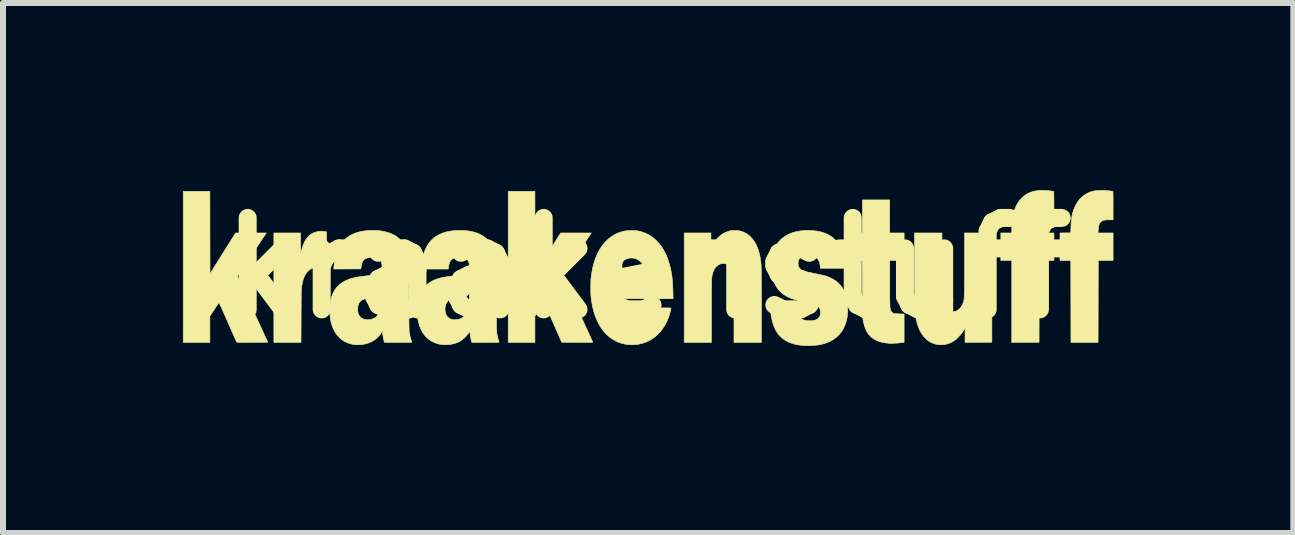
<source format=kicad_pcb>
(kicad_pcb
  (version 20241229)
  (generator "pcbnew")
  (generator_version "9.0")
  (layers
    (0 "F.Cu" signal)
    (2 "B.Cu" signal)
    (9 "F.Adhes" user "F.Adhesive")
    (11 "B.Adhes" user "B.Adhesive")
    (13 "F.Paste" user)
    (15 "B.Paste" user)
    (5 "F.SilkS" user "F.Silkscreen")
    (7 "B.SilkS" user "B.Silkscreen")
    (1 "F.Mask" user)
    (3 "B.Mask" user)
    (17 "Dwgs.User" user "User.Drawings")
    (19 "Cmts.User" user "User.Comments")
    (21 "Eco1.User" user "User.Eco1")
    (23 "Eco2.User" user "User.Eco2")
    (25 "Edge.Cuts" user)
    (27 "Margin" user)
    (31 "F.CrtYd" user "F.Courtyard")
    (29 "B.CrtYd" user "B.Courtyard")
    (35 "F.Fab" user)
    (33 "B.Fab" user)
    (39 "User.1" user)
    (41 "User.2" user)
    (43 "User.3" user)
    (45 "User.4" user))
  (footprint "kraakenstuff"
    (layer "F.Cu")
    (at 7.756 1.418)
    (property "Reference" "kraakenstuff" (at 0 0 0) (layer "F.SilkS") (effects (font (size 1.524 1.524) (thickness 0.3))))
    (attr through_hole)
    (fp_poly (pts (xy 6.622 -1.293) (xy 6.697 -1.286) (xy 6.712 -1.284) (xy 6.731 -1.282) (xy 6.747 -1.28) (xy 6.758 -1.279) (xy 6.761 -1.278) (xy 6.762 -1.274) (xy 6.763 -1.263) (xy 6.763 -1.244) (xy 6.764 -1.219) (xy 6.764 -1.188) (xy 6.764 -1.153) (xy 6.765 -1.114) (xy 6.765 -1.072) (xy 6.765 -1.041) (xy 6.765 -0.804) (xy 6.706 -0.804) (xy 6.671 -0.804) (xy 6.643 -0.802) (xy 6.62 -0.798) (xy 6.601 -0.793) (xy 6.584 -0.785) (xy 6.578 -0.781) (xy 6.557 -0.765) (xy 6.541 -0.745) (xy 6.53 -0.718) (xy 6.523 -0.686) (xy 6.52 -0.647) (xy 6.519 -0.632) (xy 6.519 -0.584) (xy 6.765 -0.584) (xy 6.765 -0.127) (xy 6.519 -0.127) (xy 6.518 0.556) (xy 6.517 1.238) (xy 6.29 1.239) (xy 6.062 1.24) (xy 6.062 -0.127) (xy 5.88 -0.127) (xy 5.88 -0.584) (xy 6.062 -0.584) (xy 6.062 -0.653) (xy 6.065 -0.741) (xy 6.074 -0.823) (xy 6.088 -0.899) (xy 6.108 -0.968) (xy 6.134 -1.032) (xy 6.166 -1.089) (xy 6.204 -1.14) (xy 6.242 -1.18) (xy 6.283 -1.214) (xy 6.328 -1.242) (xy 6.377 -1.263) (xy 6.431 -1.279) (xy 6.489 -1.29) (xy 6.553 -1.294) (xy 6.622 -1.293)) (stroke (width 0.01) (type solid)) (fill yes) (layer "F.SilkS"))
    (fp_poly (pts (xy -7.306 -0.591) (xy -7.305 0.097) (xy -7.091 -0.244) (xy -6.878 -0.584) (xy -6.367 -0.584) (xy -6.521 -0.352) (xy -6.55 -0.308) (xy -6.581 -0.262) (xy -6.612 -0.215) (xy -6.642 -0.169) (xy -6.672 -0.125) (xy -6.699 -0.084) (xy -6.724 -0.047) (xy -6.745 -0.014) (xy -6.76 0.008) (xy -6.846 0.136) (xy -6.342 1.238) (xy -6.599 1.239) (xy -6.653 1.24) (xy -6.698 1.24) (xy -6.737 1.24) (xy -6.769 1.24) (xy -6.795 1.239) (xy -6.815 1.239) (xy -6.831 1.239) (xy -6.843 1.238) (xy -6.851 1.237) (xy -6.857 1.236) (xy -6.86 1.235) (xy -6.861 1.234) (xy -6.863 1.229) (xy -6.868 1.217) (xy -6.877 1.199) (xy -6.888 1.174) (xy -6.901 1.144) (xy -6.917 1.109) (xy -6.934 1.07) (xy -6.953 1.027) (xy -6.973 0.981) (xy -6.994 0.933) (xy -7.009 0.9) (xy -7.036 0.837) (xy -7.061 0.782) (xy -7.082 0.734) (xy -7.1 0.693) (xy -7.116 0.658) (xy -7.129 0.631) (xy -7.139 0.609) (xy -7.147 0.593) (xy -7.152 0.583) (xy -7.156 0.578) (xy -7.157 0.577) (xy -7.16 0.582) (xy -7.167 0.593) (xy -7.178 0.609) (xy -7.192 0.629) (xy -7.208 0.653) (xy -7.226 0.68) (xy -7.234 0.692) (xy -7.307 0.803) (xy -7.307 1.24) (xy -7.751 1.24) (xy -7.751 -1.278) (xy -7.307 -1.278) (xy -7.306 -0.591)) (stroke (width 0.01) (type solid)) (fill yes) (layer "F.SilkS"))
    (fp_poly (pts (xy 7.601 -1.292) (xy 7.637 -1.29) (xy 7.671 -1.288) (xy 7.694 -1.285) (xy 7.714 -1.283) (xy 7.731 -1.28) (xy 7.743 -1.279) (xy 7.748 -1.278) (xy 7.748 -1.278) (xy 7.749 -1.274) (xy 7.749 -1.263) (xy 7.75 -1.244) (xy 7.75 -1.219) (xy 7.751 -1.188) (xy 7.751 -1.153) (xy 7.751 -1.114) (xy 7.751 -1.072) (xy 7.751 -1.041) (xy 7.751 -0.804) (xy 7.689 -0.804) (xy 7.649 -0.803) (xy 7.616 -0.8) (xy 7.589 -0.794) (xy 7.567 -0.785) (xy 7.55 -0.773) (xy 7.535 -0.757) (xy 7.528 -0.746) (xy 7.52 -0.73) (xy 7.514 -0.714) (xy 7.509 -0.695) (xy 7.506 -0.672) (xy 7.504 -0.643) (xy 7.503 -0.633) (xy 7.5 -0.584) (xy 7.751 -0.584) (xy 7.751 -0.127) (xy 7.504 -0.125) (xy 7.501 1.24) (xy 7.049 1.24) (xy 7.046 -0.125) (xy 6.956 -0.126) (xy 6.866 -0.127) (xy 6.866 -0.584) (xy 6.956 -0.585) (xy 7.046 -0.586) (xy 7.049 -0.686) (xy 7.052 -0.754) (xy 7.058 -0.816) (xy 7.067 -0.872) (xy 7.079 -0.924) (xy 7.095 -0.973) (xy 7.115 -1.02) (xy 7.129 -1.049) (xy 7.16 -1.103) (xy 7.197 -1.15) (xy 7.238 -1.19) (xy 7.279 -1.22) (xy 7.317 -1.243) (xy 7.355 -1.261) (xy 7.396 -1.275) (xy 7.441 -1.286) (xy 7.442 -1.286) (xy 7.464 -1.289) (xy 7.493 -1.291) (xy 7.527 -1.292) (xy 7.563 -1.293) (xy 7.601 -1.292)) (stroke (width 0.01) (type solid)) (fill yes) (layer "F.SilkS"))
    (fp_poly (pts (xy -5.426 -0.612) (xy -5.415 -0.611) (xy -5.396 -0.608) (xy -5.38 -0.606) (xy -5.368 -0.604) (xy -5.364 -0.603) (xy -5.363 -0.598) (xy -5.362 -0.585) (xy -5.361 -0.564) (xy -5.361 -0.535) (xy -5.36 -0.499) (xy -5.36 -0.455) (xy -5.36 -0.404) (xy -5.359 -0.345) (xy -5.359 -0.312) (xy -5.359 -0.022) (xy -5.445 -0.02) (xy -5.49 -0.018) (xy -5.528 -0.015) (xy -5.559 -0.01) (xy -5.586 -0.002) (xy -5.61 0.007) (xy -5.632 0.02) (xy -5.653 0.036) (xy -5.673 0.055) (xy -5.698 0.084) (xy -5.72 0.117) (xy -5.738 0.156) (xy -5.754 0.2) (xy -5.766 0.251) (xy -5.775 0.298) (xy -5.777 0.308) (xy -5.778 0.317) (xy -5.779 0.326) (xy -5.78 0.336) (xy -5.781 0.348) (xy -5.782 0.362) (xy -5.782 0.378) (xy -5.783 0.398) (xy -5.783 0.421) (xy -5.784 0.448) (xy -5.784 0.48) (xy -5.784 0.517) (xy -5.785 0.56) (xy -5.785 0.61) (xy -5.785 0.666) (xy -5.786 0.729) (xy -5.786 0.797) (xy -5.788 1.24) (xy -6.24 1.24) (xy -6.24 -0.584) (xy -5.795 -0.584) (xy -5.795 -0.41) (xy -5.795 -0.235) (xy -5.785 -0.276) (xy -5.766 -0.343) (xy -5.744 -0.402) (xy -5.719 -0.454) (xy -5.689 -0.498) (xy -5.656 -0.535) (xy -5.619 -0.564) (xy -5.577 -0.587) (xy -5.532 -0.602) (xy -5.505 -0.608) (xy -5.484 -0.611) (xy -5.466 -0.613) (xy -5.448 -0.613) (xy -5.426 -0.612)) (stroke (width 0.01) (type solid)) (fill yes) (layer "F.SilkS"))
    (fp_poly (pts (xy -1.887 -0.591) (xy -1.886 0.097) (xy -1.672 -0.243) (xy -1.459 -0.584) (xy -0.948 -0.584) (xy -0.971 -0.549) (xy -0.977 -0.54) (xy -0.987 -0.525) (xy -1.001 -0.504) (xy -1.018 -0.477) (xy -1.039 -0.446) (xy -1.063 -0.411) (xy -1.089 -0.372) (xy -1.117 -0.329) (xy -1.147 -0.285) (xy -1.178 -0.238) (xy -1.21 -0.19) (xy -1.21 -0.189) (xy -1.426 0.135) (xy -1.416 0.158) (xy -1.413 0.164) (xy -1.407 0.178) (xy -1.398 0.198) (xy -1.386 0.225) (xy -1.371 0.258) (xy -1.353 0.296) (xy -1.334 0.339) (xy -1.312 0.386) (xy -1.289 0.437) (xy -1.264 0.492) (xy -1.237 0.55) (xy -1.21 0.61) (xy -1.181 0.673) (xy -1.166 0.705) (xy -1.138 0.768) (xy -1.11 0.829) (xy -1.083 0.887) (xy -1.058 0.943) (xy -1.034 0.995) (xy -1.012 1.043) (xy -0.992 1.087) (xy -0.974 1.126) (xy -0.959 1.159) (xy -0.946 1.188) (xy -0.936 1.21) (xy -0.929 1.225) (xy -0.925 1.234) (xy -0.924 1.235) (xy -0.925 1.236) (xy -0.93 1.237) (xy -0.938 1.238) (xy -0.951 1.239) (xy -0.969 1.239) (xy -0.993 1.239) (xy -1.023 1.24) (xy -1.059 1.24) (xy -1.102 1.24) (xy -1.154 1.239) (xy -1.182 1.239) (xy -1.441 1.238) (xy -1.586 0.908) (xy -1.608 0.858) (xy -1.629 0.81) (xy -1.649 0.765) (xy -1.667 0.724) (xy -1.684 0.686) (xy -1.698 0.653) (xy -1.711 0.625) (xy -1.72 0.602) (xy -1.727 0.586) (xy -1.732 0.576) (xy -1.733 0.574) (xy -1.735 0.577) (xy -1.742 0.585) (xy -1.752 0.6) (xy -1.765 0.619) (xy -1.781 0.642) (xy -1.798 0.668) (xy -1.811 0.687) (xy -1.888 0.804) (xy -1.888 1.24) (xy -2.333 1.24) (xy -2.333 -1.278) (xy -1.888 -1.278) (xy -1.887 -0.591)) (stroke (width 0.01) (type solid)) (fill yes) (layer "F.SilkS"))
    (fp_poly (pts (xy 4.026 -0.584) (xy 4.267 -0.584) (xy 4.267 -0.127) (xy 4.148 -0.126) (xy 4.028 -0.125) (xy 4.028 0.26) (xy 4.028 0.329) (xy 4.028 0.39) (xy 4.028 0.444) (xy 4.028 0.49) (xy 4.029 0.531) (xy 4.029 0.565) (xy 4.03 0.594) (xy 4.03 0.619) (xy 4.031 0.639) (xy 4.032 0.656) (xy 4.034 0.67) (xy 4.035 0.681) (xy 4.037 0.691) (xy 4.04 0.698) (xy 4.042 0.705) (xy 4.045 0.711) (xy 4.047 0.716) (xy 4.061 0.735) (xy 4.081 0.75) (xy 4.098 0.758) (xy 4.108 0.76) (xy 4.125 0.762) (xy 4.148 0.763) (xy 4.176 0.765) (xy 4.19 0.765) (xy 4.267 0.767) (xy 4.267 1.239) (xy 4.213 1.246) (xy 4.188 1.249) (xy 4.159 1.251) (xy 4.127 1.253) (xy 4.095 1.255) (xy 4.065 1.255) (xy 4.039 1.256) (xy 4.018 1.255) (xy 4.013 1.255) (xy 3.952 1.248) (xy 3.897 1.238) (xy 3.849 1.225) (xy 3.806 1.208) (xy 3.768 1.187) (xy 3.733 1.163) (xy 3.709 1.141) (xy 3.686 1.118) (xy 3.667 1.095) (xy 3.651 1.069) (xy 3.637 1.044) (xy 3.617 0.997) (xy 3.6 0.944) (xy 3.587 0.884) (xy 3.585 0.876) (xy 3.584 0.868) (xy 3.582 0.86) (xy 3.581 0.852) (xy 3.58 0.843) (xy 3.579 0.834) (xy 3.578 0.822) (xy 3.578 0.809) (xy 3.577 0.792) (xy 3.576 0.773) (xy 3.576 0.75) (xy 3.575 0.722) (xy 3.575 0.69) (xy 3.575 0.653) (xy 3.574 0.61) (xy 3.574 0.56) (xy 3.574 0.504) (xy 3.574 0.44) (xy 3.573 0.369) (xy 3.573 0.349) (xy 3.571 -0.125) (xy 3.481 -0.126) (xy 3.391 -0.127) (xy 3.391 -0.584) (xy 3.481 -0.585) (xy 3.571 -0.586) (xy 3.572 -0.86) (xy 3.573 -1.135) (xy 4.026 -1.135) (xy 4.026 -0.584)) (stroke (width 0.01) (type solid)) (fill yes) (layer "F.SilkS"))
    (fp_poly (pts (xy 1.471 -0.624) (xy 1.492 -0.623) (xy 1.509 -0.622) (xy 1.524 -0.619) (xy 1.538 -0.616) (xy 1.543 -0.615) (xy 1.596 -0.596) (xy 1.645 -0.569) (xy 1.69 -0.536) (xy 1.73 -0.495) (xy 1.766 -0.448) (xy 1.798 -0.393) (xy 1.825 -0.332) (xy 1.847 -0.265) (xy 1.864 -0.191) (xy 1.877 -0.111) (xy 1.884 -0.042) (xy 1.884 -0.03) (xy 1.885 -0.01) (xy 1.885 0.017) (xy 1.886 0.052) (xy 1.886 0.094) (xy 1.887 0.143) (xy 1.887 0.197) (xy 1.887 0.257) (xy 1.888 0.322) (xy 1.888 0.392) (xy 1.888 0.467) (xy 1.888 0.545) (xy 1.888 0.627) (xy 1.888 0.628) (xy 1.888 1.24) (xy 1.431 1.24) (xy 1.431 0.692) (xy 1.431 0.61) (xy 1.431 0.537) (xy 1.431 0.471) (xy 1.431 0.412) (xy 1.43 0.36) (xy 1.43 0.314) (xy 1.43 0.274) (xy 1.43 0.239) (xy 1.429 0.21) (xy 1.429 0.184) (xy 1.428 0.163) (xy 1.428 0.146) (xy 1.427 0.131) (xy 1.426 0.12) (xy 1.426 0.111) (xy 1.425 0.103) (xy 1.425 0.103) (xy 1.416 0.058) (xy 1.404 0.021) (xy 1.389 -0.009) (xy 1.37 -0.033) (xy 1.347 -0.052) (xy 1.328 -0.062) (xy 1.314 -0.068) (xy 1.302 -0.071) (xy 1.288 -0.073) (xy 1.27 -0.074) (xy 1.262 -0.074) (xy 1.236 -0.073) (xy 1.217 -0.071) (xy 1.201 -0.066) (xy 1.2 -0.066) (xy 1.165 -0.048) (xy 1.135 -0.023) (xy 1.109 0.008) (xy 1.089 0.046) (xy 1.074 0.091) (xy 1.063 0.143) (xy 1.058 0.188) (xy 1.058 0.2) (xy 1.057 0.219) (xy 1.057 0.246) (xy 1.056 0.279) (xy 1.056 0.318) (xy 1.056 0.363) (xy 1.055 0.412) (xy 1.055 0.466) (xy 1.055 0.524) (xy 1.054 0.584) (xy 1.054 0.647) (xy 1.054 0.712) (xy 1.054 0.742) (xy 1.054 1.24) (xy 0.601 1.24) (xy 0.601 -0.584) (xy 1.046 -0.584) (xy 1.046 -0.465) (xy 1.046 -0.345) (xy 1.06 -0.368) (xy 1.093 -0.419) (xy 1.13 -0.467) (xy 1.162 -0.502) (xy 1.2 -0.537) (xy 1.237 -0.565) (xy 1.277 -0.588) (xy 1.319 -0.605) (xy 1.341 -0.612) (xy 1.356 -0.617) (xy 1.37 -0.62) (xy 1.384 -0.622) (xy 1.4 -0.623) (xy 1.421 -0.624) (xy 1.444 -0.624) (xy 1.471 -0.624)) (stroke (width 0.01) (type solid)) (fill yes) (layer "F.SilkS"))
    (fp_poly (pts (xy 5.731 0.327) (xy 5.73 1.238) (xy 5.507 1.239) (xy 5.283 1.24) (xy 5.283 1.001) (xy 5.269 1.024) (xy 5.244 1.063) (xy 5.216 1.101) (xy 5.186 1.136) (xy 5.156 1.168) (xy 5.127 1.195) (xy 5.106 1.21) (xy 5.055 1.24) (xy 5.002 1.262) (xy 4.948 1.275) (xy 4.891 1.28) (xy 4.841 1.278) (xy 4.787 1.268) (xy 4.736 1.251) (xy 4.689 1.226) (xy 4.645 1.194) (xy 4.605 1.154) (xy 4.569 1.108) (xy 4.537 1.056) (xy 4.51 0.997) (xy 4.487 0.932) (xy 4.469 0.86) (xy 4.456 0.79) (xy 4.454 0.775) (xy 4.452 0.758) (xy 4.45 0.741) (xy 4.449 0.721) (xy 4.448 0.699) (xy 4.446 0.674) (xy 4.445 0.646) (xy 4.444 0.614) (xy 4.444 0.578) (xy 4.443 0.537) (xy 4.442 0.492) (xy 4.442 0.441) (xy 4.442 0.384) (xy 4.441 0.321) (xy 4.441 0.251) (xy 4.441 0.173) (xy 4.441 0.089) (xy 4.441 -0.003) (xy 4.441 -0.584) (xy 4.898 -0.584) (xy 4.898 -0.056) (xy 4.898 0.029) (xy 4.898 0.107) (xy 4.898 0.18) (xy 4.899 0.247) (xy 4.899 0.307) (xy 4.899 0.361) (xy 4.9 0.407) (xy 4.9 0.446) (xy 4.901 0.478) (xy 4.901 0.501) (xy 4.902 0.517) (xy 4.902 0.521) (xy 4.909 0.569) (xy 4.918 0.61) (xy 4.931 0.644) (xy 4.948 0.672) (xy 4.969 0.694) (xy 4.994 0.712) (xy 4.999 0.714) (xy 5.01 0.72) (xy 5.021 0.723) (xy 5.032 0.725) (xy 5.047 0.726) (xy 5.068 0.726) (xy 5.069 0.726) (xy 5.092 0.726) (xy 5.109 0.725) (xy 5.122 0.722) (xy 5.135 0.718) (xy 5.141 0.716) (xy 5.168 0.701) (xy 5.194 0.678) (xy 5.217 0.65) (xy 5.237 0.617) (xy 5.253 0.58) (xy 5.255 0.571) (xy 5.258 0.562) (xy 5.261 0.553) (xy 5.263 0.544) (xy 5.265 0.533) (xy 5.266 0.522) (xy 5.268 0.508) (xy 5.269 0.493) (xy 5.27 0.474) (xy 5.271 0.453) (xy 5.272 0.428) (xy 5.273 0.399) (xy 5.273 0.365) (xy 5.274 0.326) (xy 5.274 0.282) (xy 5.274 0.231) (xy 5.274 0.174) (xy 5.275 0.111) (xy 5.275 0.039) (xy 5.275 -0.04) (xy 5.275 -0.062) (xy 5.275 -0.584) (xy 5.503 -0.584) (xy 5.732 -0.584) (xy 5.731 0.327)) (stroke (width 0.01) (type solid)) (fill yes) (layer "F.SilkS"))
    (fp_poly (pts (xy -0.233 -0.624) (xy -0.203 -0.622) (xy -0.178 -0.619) (xy -0.174 -0.619) (xy -0.106 -0.603) (xy -0.043 -0.58) (xy 0.016 -0.55) (xy 0.072 -0.513) (xy 0.125 -0.468) (xy 0.14 -0.453) (xy 0.187 -0.401) (xy 0.23 -0.345) (xy 0.267 -0.283) (xy 0.301 -0.215) (xy 0.33 -0.141) (xy 0.355 -0.061) (xy 0.362 -0.036) (xy 0.375 0.017) (xy 0.386 0.072) (xy 0.395 0.13) (xy 0.402 0.192) (xy 0.407 0.259) (xy 0.411 0.332) (xy 0.413 0.397) (xy 0.416 0.512) (xy -0.526 0.512) (xy -0.523 0.53) (xy -0.518 0.554) (xy -0.511 0.583) (xy -0.502 0.613) (xy -0.493 0.64) (xy -0.486 0.659) (xy -0.465 0.701) (xy -0.439 0.738) (xy -0.41 0.768) (xy -0.377 0.793) (xy -0.341 0.81) (xy -0.314 0.817) (xy -0.268 0.822) (xy -0.225 0.818) (xy -0.184 0.807) (xy -0.146 0.788) (xy -0.112 0.763) (xy -0.083 0.73) (xy -0.058 0.692) (xy -0.056 0.687) (xy -0.045 0.665) (xy 0.168 0.665) (xy 0.218 0.665) (xy 0.26 0.665) (xy 0.295 0.665) (xy 0.323 0.665) (xy 0.344 0.666) (xy 0.36 0.667) (xy 0.371 0.667) (xy 0.378 0.668) (xy 0.381 0.67) (xy 0.381 0.67) (xy 0.38 0.681) (xy 0.376 0.698) (xy 0.371 0.72) (xy 0.364 0.745) (xy 0.357 0.771) (xy 0.349 0.796) (xy 0.345 0.808) (xy 0.316 0.882) (xy 0.281 0.95) (xy 0.241 1.013) (xy 0.196 1.07) (xy 0.146 1.12) (xy 0.092 1.164) (xy 0.034 1.202) (xy -0.028 1.232) (xy -0.093 1.255) (xy -0.161 1.271) (xy -0.232 1.279) (xy -0.304 1.279) (xy -0.318 1.278) (xy -0.388 1.269) (xy -0.456 1.252) (xy -0.52 1.228) (xy -0.58 1.196) (xy -0.637 1.158) (xy -0.689 1.112) (xy -0.738 1.06) (xy -0.782 1.001) (xy -0.821 0.937) (xy -0.856 0.866) (xy -0.887 0.789) (xy -0.912 0.707) (xy -0.932 0.619) (xy -0.947 0.526) (xy -0.953 0.474) (xy -0.955 0.448) (xy -0.956 0.415) (xy -0.957 0.377) (xy -0.957 0.337) (xy -0.957 0.296) (xy -0.956 0.257) (xy -0.955 0.221) (xy -0.954 0.19) (xy -0.953 0.178) (xy -0.947 0.131) (xy -0.526 0.131) (xy -0.277 0.13) (xy -0.028 0.129) (xy -0.029 0.116) (xy -0.031 0.1) (xy -0.036 0.078) (xy -0.043 0.054) (xy -0.05 0.029) (xy -0.057 0.008) (xy -0.059 0.002) (xy -0.081 -0.044) (xy -0.107 -0.083) (xy -0.137 -0.114) (xy -0.17 -0.139) (xy -0.207 -0.156) (xy -0.247 -0.165) (xy -0.29 -0.167) (xy -0.308 -0.165) (xy -0.348 -0.156) (xy -0.383 -0.142) (xy -0.415 -0.12) (xy -0.442 -0.091) (xy -0.466 -0.055) (xy -0.478 -0.032) (xy -0.494 0.004) (xy -0.507 0.044) (xy -0.518 0.087) (xy -0.523 0.113) (xy -0.526 0.131) (xy -0.947 0.131) (xy -0.941 0.082) (xy -0.923 -0.009) (xy -0.901 -0.095) (xy -0.873 -0.175) (xy -0.84 -0.249) (xy -0.803 -0.318) (xy -0.76 -0.38) (xy -0.713 -0.436) (xy -0.661 -0.486) (xy -0.606 -0.528) (xy -0.545 -0.564) (xy -0.539 -0.567) (xy -0.5 -0.584) (xy -0.456 -0.599) (xy -0.411 -0.612) (xy -0.387 -0.617) (xy -0.364 -0.62) (xy -0.334 -0.622) (xy -0.301 -0.624) (xy -0.267 -0.624) (xy -0.233 -0.624)) (stroke (width 0.01) (type solid)) (fill yes) (layer "F.SilkS"))
    (fp_poly (pts (xy 2.748 -0.623) (xy 2.824 -0.614) (xy 2.894 -0.598) (xy 2.958 -0.576) (xy 3.016 -0.548) (xy 3.069 -0.514) (xy 3.116 -0.473) (xy 3.158 -0.426) (xy 3.193 -0.373) (xy 3.224 -0.313) (xy 3.249 -0.247) (xy 3.268 -0.174) (xy 3.281 -0.095) (xy 3.285 -0.067) (xy 3.287 -0.047) (xy 3.288 -0.029) (xy 3.289 -0.015) (xy 3.289 -0.011) (xy 3.289 0.004) (xy 2.871 0.004) (xy 2.869 -0.029) (xy 2.863 -0.07) (xy 2.852 -0.105) (xy 2.837 -0.135) (xy 2.817 -0.161) (xy 2.793 -0.182) (xy 2.765 -0.197) (xy 2.731 -0.206) (xy 2.691 -0.211) (xy 2.664 -0.212) (xy 2.621 -0.209) (xy 2.585 -0.201) (xy 2.555 -0.188) (xy 2.532 -0.17) (xy 2.515 -0.146) (xy 2.504 -0.116) (xy 2.502 -0.107) (xy 2.499 -0.07) (xy 2.503 -0.037) (xy 2.515 -0.008) (xy 2.535 0.017) (xy 2.561 0.037) (xy 2.589 0.051) (xy 2.599 0.054) (xy 2.616 0.058) (xy 2.639 0.063) (xy 2.667 0.069) (xy 2.699 0.076) (xy 2.733 0.083) (xy 2.77 0.091) (xy 2.77 0.091) (xy 2.808 0.099) (xy 2.844 0.106) (xy 2.878 0.114) (xy 2.909 0.12) (xy 2.935 0.127) (xy 2.955 0.132) (xy 2.967 0.135) (xy 3.031 0.16) (xy 3.089 0.19) (xy 3.14 0.225) (xy 3.185 0.265) (xy 3.224 0.311) (xy 3.256 0.362) (xy 3.282 0.419) (xy 3.302 0.482) (xy 3.316 0.55) (xy 3.324 0.625) (xy 3.326 0.654) (xy 3.326 0.734) (xy 3.319 0.81) (xy 3.305 0.881) (xy 3.283 0.948) (xy 3.26 1.001) (xy 3.227 1.057) (xy 3.188 1.106) (xy 3.143 1.15) (xy 3.091 1.189) (xy 3.035 1.222) (xy 2.972 1.248) (xy 2.904 1.269) (xy 2.831 1.284) (xy 2.753 1.292) (xy 2.67 1.295) (xy 2.667 1.295) (xy 2.644 1.294) (xy 2.624 1.294) (xy 2.607 1.293) (xy 2.596 1.293) (xy 2.595 1.293) (xy 2.55 1.288) (xy 2.512 1.283) (xy 2.478 1.277) (xy 2.447 1.271) (xy 2.418 1.263) (xy 2.396 1.256) (xy 2.337 1.234) (xy 2.283 1.204) (xy 2.234 1.169) (xy 2.191 1.128) (xy 2.158 1.088) (xy 2.13 1.042) (xy 2.105 0.99) (xy 2.083 0.931) (xy 2.066 0.868) (xy 2.052 0.801) (xy 2.045 0.745) (xy 2.043 0.724) (xy 2.041 0.704) (xy 2.039 0.687) (xy 2.038 0.681) (xy 2.036 0.66) (xy 2.48 0.66) (xy 2.483 0.687) (xy 2.49 0.73) (xy 2.501 0.769) (xy 2.516 0.802) (xy 2.534 0.83) (xy 2.536 0.832) (xy 2.551 0.844) (xy 2.571 0.856) (xy 2.595 0.867) (xy 2.619 0.875) (xy 2.624 0.876) (xy 2.642 0.878) (xy 2.666 0.88) (xy 2.692 0.88) (xy 2.719 0.88) (xy 2.742 0.878) (xy 2.76 0.876) (xy 2.761 0.876) (xy 2.796 0.865) (xy 2.825 0.848) (xy 2.848 0.827) (xy 2.863 0.8) (xy 2.872 0.769) (xy 2.873 0.734) (xy 2.87 0.711) (xy 2.862 0.681) (xy 2.847 0.656) (xy 2.826 0.635) (xy 2.814 0.626) (xy 2.8 0.618) (xy 2.785 0.611) (xy 2.766 0.603) (xy 2.744 0.596) (xy 2.717 0.588) (xy 2.685 0.58) (xy 2.646 0.571) (xy 2.6 0.561) (xy 2.591 0.559) (xy 2.539 0.548) (xy 2.495 0.538) (xy 2.457 0.528) (xy 2.424 0.519) (xy 2.396 0.511) (xy 2.371 0.501) (xy 2.348 0.492) (xy 2.326 0.481) (xy 2.304 0.469) (xy 2.297 0.465) (xy 2.245 0.43) (xy 2.2 0.391) (xy 2.161 0.346) (xy 2.128 0.296) (xy 2.101 0.241) (xy 2.08 0.179) (xy 2.066 0.123) (xy 2.062 0.099) (xy 2.058 0.073) (xy 2.056 0.042) (xy 2.055 0.005) (xy 2.054 -0.003) (xy 2.054 -0.048) (xy 2.055 -0.087) (xy 2.057 -0.123) (xy 2.062 -0.159) (xy 2.068 -0.196) (xy 2.07 -0.205) (xy 2.088 -0.271) (xy 2.112 -0.332) (xy 2.142 -0.388) (xy 2.178 -0.438) (xy 2.221 -0.482) (xy 2.269 -0.521) (xy 2.322 -0.553) (xy 2.337 -0.561) (xy 2.401 -0.587) (xy 2.47 -0.606) (xy 2.543 -0.619) (xy 2.621 -0.626) (xy 2.667 -0.626) (xy 2.748 -0.623)) (stroke (width 0.01) (type solid)) (fill yes) (layer "F.SilkS"))
    (fp_poly (pts (xy -4.587 -0.626) (xy -4.547 -0.625) (xy -4.508 -0.623) (xy -4.472 -0.62) (xy -4.443 -0.616) (xy -4.442 -0.616) (xy -4.392 -0.606) (xy -4.341 -0.592) (xy -4.293 -0.576) (xy -4.249 -0.556) (xy -4.211 -0.536) (xy -4.201 -0.529) (xy -4.156 -0.494) (xy -4.116 -0.454) (xy -4.082 -0.409) (xy -4.054 -0.359) (xy -4.03 -0.302) (xy -4.011 -0.239) (xy -4.004 -0.209) (xy -4.003 -0.203) (xy -4.001 -0.197) (xy -4 -0.19) (xy -4 -0.183) (xy -3.999 -0.174) (xy -3.998 -0.164) (xy -3.997 -0.151) (xy -3.997 -0.136) (xy -3.996 -0.118) (xy -3.996 -0.096) (xy -3.995 -0.07) (xy -3.995 -0.039) (xy -3.995 -0.004) (xy -3.994 0.037) (xy -3.994 0.083) (xy -3.993 0.136) (xy -3.993 0.195) (xy -3.993 0.261) (xy -3.992 0.335) (xy -3.992 0.417) (xy -3.992 0.428) (xy -3.991 0.527) (xy -3.991 0.617) (xy -3.99 0.7) (xy -3.99 0.773) (xy -3.989 0.839) (xy -3.988 0.896) (xy -3.988 0.944) (xy -3.987 0.984) (xy -3.986 1.016) (xy -3.985 1.039) (xy -3.985 1.054) (xy -3.984 1.058) (xy -3.979 1.093) (xy -3.972 1.128) (xy -3.965 1.161) (xy -3.957 1.19) (xy -3.951 1.207) (xy -3.946 1.221) (xy -3.943 1.232) (xy -3.941 1.238) (xy -3.941 1.238) (xy -3.945 1.238) (xy -3.957 1.239) (xy -3.976 1.239) (xy -4.001 1.239) (xy -4.031 1.24) (xy -4.066 1.24) (xy -4.105 1.24) (xy -4.146 1.24) (xy -4.169 1.24) (xy -4.397 1.24) (xy -4.4 1.231) (xy -4.41 1.19) (xy -4.419 1.144) (xy -4.426 1.097) (xy -4.429 1.065) (xy -4.43 1.06) (xy -4.432 1.058) (xy -4.436 1.062) (xy -4.442 1.071) (xy -4.45 1.083) (xy -4.469 1.109) (xy -4.492 1.136) (xy -4.517 1.161) (xy -4.541 1.183) (xy -4.557 1.196) (xy -4.607 1.226) (xy -4.662 1.25) (xy -4.72 1.267) (xy -4.781 1.277) (xy -4.844 1.28) (xy -4.886 1.278) (xy -4.947 1.268) (xy -5.004 1.251) (xy -5.056 1.227) (xy -5.105 1.197) (xy -5.148 1.16) (xy -5.187 1.116) (xy -5.221 1.067) (xy -5.249 1.013) (xy -5.272 0.953) (xy -5.29 0.889) (xy -5.302 0.819) (xy -5.307 0.746) (xy -5.307 0.711) (xy -4.842 0.711) (xy -4.839 0.74) (xy -4.831 0.766) (xy -4.82 0.79) (xy -4.82 0.79) (xy -4.799 0.817) (xy -4.773 0.838) (xy -4.742 0.853) (xy -4.707 0.862) (xy -4.668 0.863) (xy -4.626 0.858) (xy -4.622 0.857) (xy -4.583 0.845) (xy -4.548 0.825) (xy -4.518 0.799) (xy -4.492 0.765) (xy -4.471 0.724) (xy -4.461 0.699) (xy -4.454 0.675) (xy -4.449 0.65) (xy -4.444 0.621) (xy -4.441 0.587) (xy -4.439 0.547) (xy -4.438 0.51) (xy -4.436 0.417) (xy -4.454 0.438) (xy -4.463 0.448) (xy -4.473 0.456) (xy -4.485 0.463) (xy -4.498 0.47) (xy -4.515 0.476) (xy -4.536 0.481) (xy -4.562 0.486) (xy -4.594 0.492) (xy -4.634 0.498) (xy -4.655 0.501) (xy -4.69 0.507) (xy -4.718 0.513) (xy -4.74 0.519) (xy -4.758 0.526) (xy -4.773 0.535) (xy -4.787 0.545) (xy -4.797 0.554) (xy -4.813 0.573) (xy -4.825 0.592) (xy -4.834 0.613) (xy -4.839 0.639) (xy -4.842 0.671) (xy -4.842 0.676) (xy -4.842 0.711) (xy -5.307 0.711) (xy -5.307 0.675) (xy -5.301 0.6) (xy -5.29 0.532) (xy -5.273 0.469) (xy -5.25 0.412) (xy -5.221 0.361) (xy -5.186 0.316) (xy -5.145 0.276) (xy -5.097 0.241) (xy -5.044 0.211) (xy -5.04 0.209) (xy -5.007 0.195) (xy -4.974 0.182) (xy -4.938 0.171) (xy -4.899 0.162) (xy -4.856 0.153) (xy -4.807 0.145) (xy -4.75 0.138) (xy -4.75 0.138) (xy -4.705 0.132) (xy -4.668 0.127) (xy -4.638 0.124) (xy -4.614 0.12) (xy -4.594 0.118) (xy -4.579 0.115) (xy -4.567 0.113) (xy -4.557 0.111) (xy -4.549 0.109) (xy -4.542 0.107) (xy -4.538 0.106) (xy -4.506 0.094) (xy -4.481 0.078) (xy -4.463 0.058) (xy -4.458 0.05) (xy -4.448 0.026) (xy -4.44 -0.003) (xy -4.437 -0.033) (xy -4.438 -0.055) (xy -4.444 -0.089) (xy -4.456 -0.117) (xy -4.474 -0.14) (xy -4.497 -0.157) (xy -4.526 -0.169) (xy -4.562 -0.176) (xy -4.604 -0.177) (xy -4.62 -0.177) (xy -4.66 -0.173) (xy -4.694 -0.164) (xy -4.721 -0.151) (xy -4.743 -0.133) (xy -4.76 -0.108) (xy -4.773 -0.078) (xy -4.782 -0.039) (xy -4.785 -0.021) (xy -4.79 0.015) (xy -5.016 0.016) (xy -5.242 0.017) (xy -5.239 -0.02) (xy -5.229 -0.103) (xy -5.215 -0.18) (xy -5.194 -0.251) (xy -5.169 -0.316) (xy -5.138 -0.375) (xy -5.102 -0.427) (xy -5.068 -0.465) (xy -5.024 -0.504) (xy -4.976 -0.537) (xy -4.924 -0.565) (xy -4.866 -0.588) (xy -4.802 -0.605) (xy -4.732 -0.618) (xy -4.693 -0.622) (xy -4.663 -0.625) (xy -4.627 -0.626) (xy -4.587 -0.626)) (stroke (width 0.01) (type solid)) (fill yes) (layer "F.SilkS"))
    (fp_poly (pts (xy -3.078 -0.625) (xy -3.009 -0.619) (xy -2.944 -0.608) (xy -2.883 -0.593) (xy -2.868 -0.588) (xy -2.808 -0.564) (xy -2.753 -0.533) (xy -2.704 -0.497) (xy -2.661 -0.455) (xy -2.624 -0.407) (xy -2.593 -0.353) (xy -2.569 -0.294) (xy -2.551 -0.23) (xy -2.55 -0.225) (xy -2.548 -0.215) (xy -2.546 -0.204) (xy -2.545 -0.194) (xy -2.543 -0.183) (xy -2.542 -0.171) (xy -2.54 -0.157) (xy -2.539 -0.142) (xy -2.538 -0.124) (xy -2.537 -0.103) (xy -2.537 -0.078) (xy -2.536 -0.05) (xy -2.535 -0.018) (xy -2.535 0.019) (xy -2.534 0.062) (xy -2.534 0.11) (xy -2.533 0.164) (xy -2.533 0.224) (xy -2.533 0.292) (xy -2.532 0.367) (xy -2.532 0.45) (xy -2.532 0.464) (xy -2.531 0.546) (xy -2.531 0.621) (xy -2.531 0.688) (xy -2.53 0.748) (xy -2.53 0.801) (xy -2.53 0.848) (xy -2.529 0.889) (xy -2.529 0.925) (xy -2.529 0.956) (xy -2.528 0.983) (xy -2.528 1.006) (xy -2.527 1.025) (xy -2.527 1.041) (xy -2.526 1.055) (xy -2.525 1.066) (xy -2.524 1.076) (xy -2.523 1.084) (xy -2.522 1.092) (xy -2.521 1.099) (xy -2.52 1.107) (xy -2.519 1.109) (xy -2.515 1.134) (xy -2.508 1.16) (xy -2.502 1.183) (xy -2.498 1.199) (xy -2.492 1.215) (xy -2.488 1.228) (xy -2.485 1.236) (xy -2.485 1.238) (xy -2.489 1.238) (xy -2.501 1.239) (xy -2.52 1.239) (xy -2.544 1.239) (xy -2.575 1.24) (xy -2.609 1.24) (xy -2.648 1.24) (xy -2.69 1.24) (xy -2.712 1.24) (xy -2.938 1.24) (xy -2.943 1.229) (xy -2.947 1.214) (xy -2.953 1.192) (xy -2.958 1.166) (xy -2.963 1.139) (xy -2.967 1.111) (xy -2.969 1.098) (xy -2.974 1.052) (xy -2.985 1.072) (xy -3.011 1.109) (xy -3.043 1.145) (xy -3.08 1.179) (xy -3.119 1.209) (xy -3.158 1.232) (xy -3.2 1.25) (xy -3.248 1.264) (xy -3.299 1.274) (xy -3.352 1.279) (xy -3.404 1.28) (xy -3.43 1.278) (xy -3.489 1.268) (xy -3.545 1.251) (xy -3.599 1.227) (xy -3.647 1.197) (xy -3.691 1.16) (xy -3.717 1.132) (xy -3.732 1.114) (xy -3.745 1.098) (xy -3.755 1.082) (xy -3.766 1.064) (xy -3.777 1.043) (xy -3.783 1.032) (xy -3.808 0.974) (xy -3.827 0.911) (xy -3.841 0.844) (xy -3.849 0.773) (xy -3.851 0.699) (xy -3.85 0.689) (xy -3.387 0.689) (xy -3.383 0.731) (xy -3.373 0.767) (xy -3.357 0.799) (xy -3.334 0.824) (xy -3.305 0.845) (xy -3.274 0.858) (xy -3.256 0.861) (xy -3.232 0.863) (xy -3.205 0.862) (xy -3.179 0.86) (xy -3.165 0.857) (xy -3.126 0.845) (xy -3.091 0.825) (xy -3.061 0.799) (xy -3.035 0.765) (xy -3.014 0.725) (xy -2.998 0.677) (xy -2.992 0.655) (xy -2.989 0.639) (xy -2.987 0.622) (xy -2.985 0.601) (xy -2.984 0.577) (xy -2.982 0.546) (xy -2.982 0.516) (xy -2.979 0.417) (xy -2.99 0.431) (xy -3 0.443) (xy -3.01 0.453) (xy -3.023 0.461) (xy -3.038 0.469) (xy -3.057 0.475) (xy -3.08 0.481) (xy -3.109 0.487) (xy -3.145 0.493) (xy -3.182 0.499) (xy -3.219 0.505) (xy -3.249 0.51) (xy -3.273 0.516) (xy -3.292 0.522) (xy -3.308 0.529) (xy -3.321 0.537) (xy -3.334 0.547) (xy -3.335 0.549) (xy -3.357 0.574) (xy -3.373 0.604) (xy -3.383 0.64) (xy -3.387 0.682) (xy -3.387 0.689) (xy -3.85 0.689) (xy -3.847 0.623) (xy -3.841 0.577) (xy -3.828 0.51) (xy -3.809 0.449) (xy -3.783 0.393) (xy -3.75 0.343) (xy -3.712 0.298) (xy -3.667 0.259) (xy -3.616 0.226) (xy -3.584 0.209) (xy -3.551 0.195) (xy -3.518 0.182) (xy -3.483 0.172) (xy -3.445 0.162) (xy -3.403 0.154) (xy -3.355 0.146) (xy -3.299 0.138) (xy -3.293 0.138) (xy -3.247 0.132) (xy -3.209 0.127) (xy -3.177 0.123) (xy -3.152 0.12) (xy -3.131 0.117) (xy -3.114 0.114) (xy -3.101 0.112) (xy -3.091 0.11) (xy -3.082 0.107) (xy -3.074 0.104) (xy -3.066 0.101) (xy -3.059 0.098) (xy -3.03 0.083) (xy -3.008 0.061) (xy -2.993 0.035) (xy -2.984 0.002) (xy -2.981 -0.035) (xy -2.981 -0.049) (xy -2.986 -0.084) (xy -2.997 -0.113) (xy -3.013 -0.136) (xy -3.034 -0.154) (xy -3.062 -0.167) (xy -3.097 -0.175) (xy -3.138 -0.177) (xy -3.16 -0.177) (xy -3.194 -0.174) (xy -3.221 -0.17) (xy -3.243 -0.162) (xy -3.263 -0.151) (xy -3.276 -0.141) (xy -3.296 -0.119) (xy -3.311 -0.09) (xy -3.322 -0.053) (xy -3.33 -0.01) (xy -3.33 -0.01) (xy -3.333 0.017) (xy -3.785 0.017) (xy -3.782 -0.014) (xy -3.773 -0.097) (xy -3.758 -0.174) (xy -3.739 -0.244) (xy -3.716 -0.307) (xy -3.688 -0.364) (xy -3.66 -0.407) (xy -3.639 -0.434) (xy -3.614 -0.462) (xy -3.586 -0.489) (xy -3.559 -0.512) (xy -3.549 -0.519) (xy -3.526 -0.533) (xy -3.498 -0.549) (xy -3.468 -0.564) (xy -3.438 -0.577) (xy -3.41 -0.588) (xy -3.408 -0.589) (xy -3.349 -0.605) (xy -3.285 -0.616) (xy -3.217 -0.624) (xy -3.148 -0.626) (xy -3.078 -0.625)) (stroke (width 0.01) (type solid)) (fill yes) (layer "F.SilkS")))
  (gr_rect
    (start -3 -3)
    (end 18.512 5.836)
    (stroke (width 0.1) (type default))
    (fill no)
    (layer "Edge.Cuts")))
</source>
